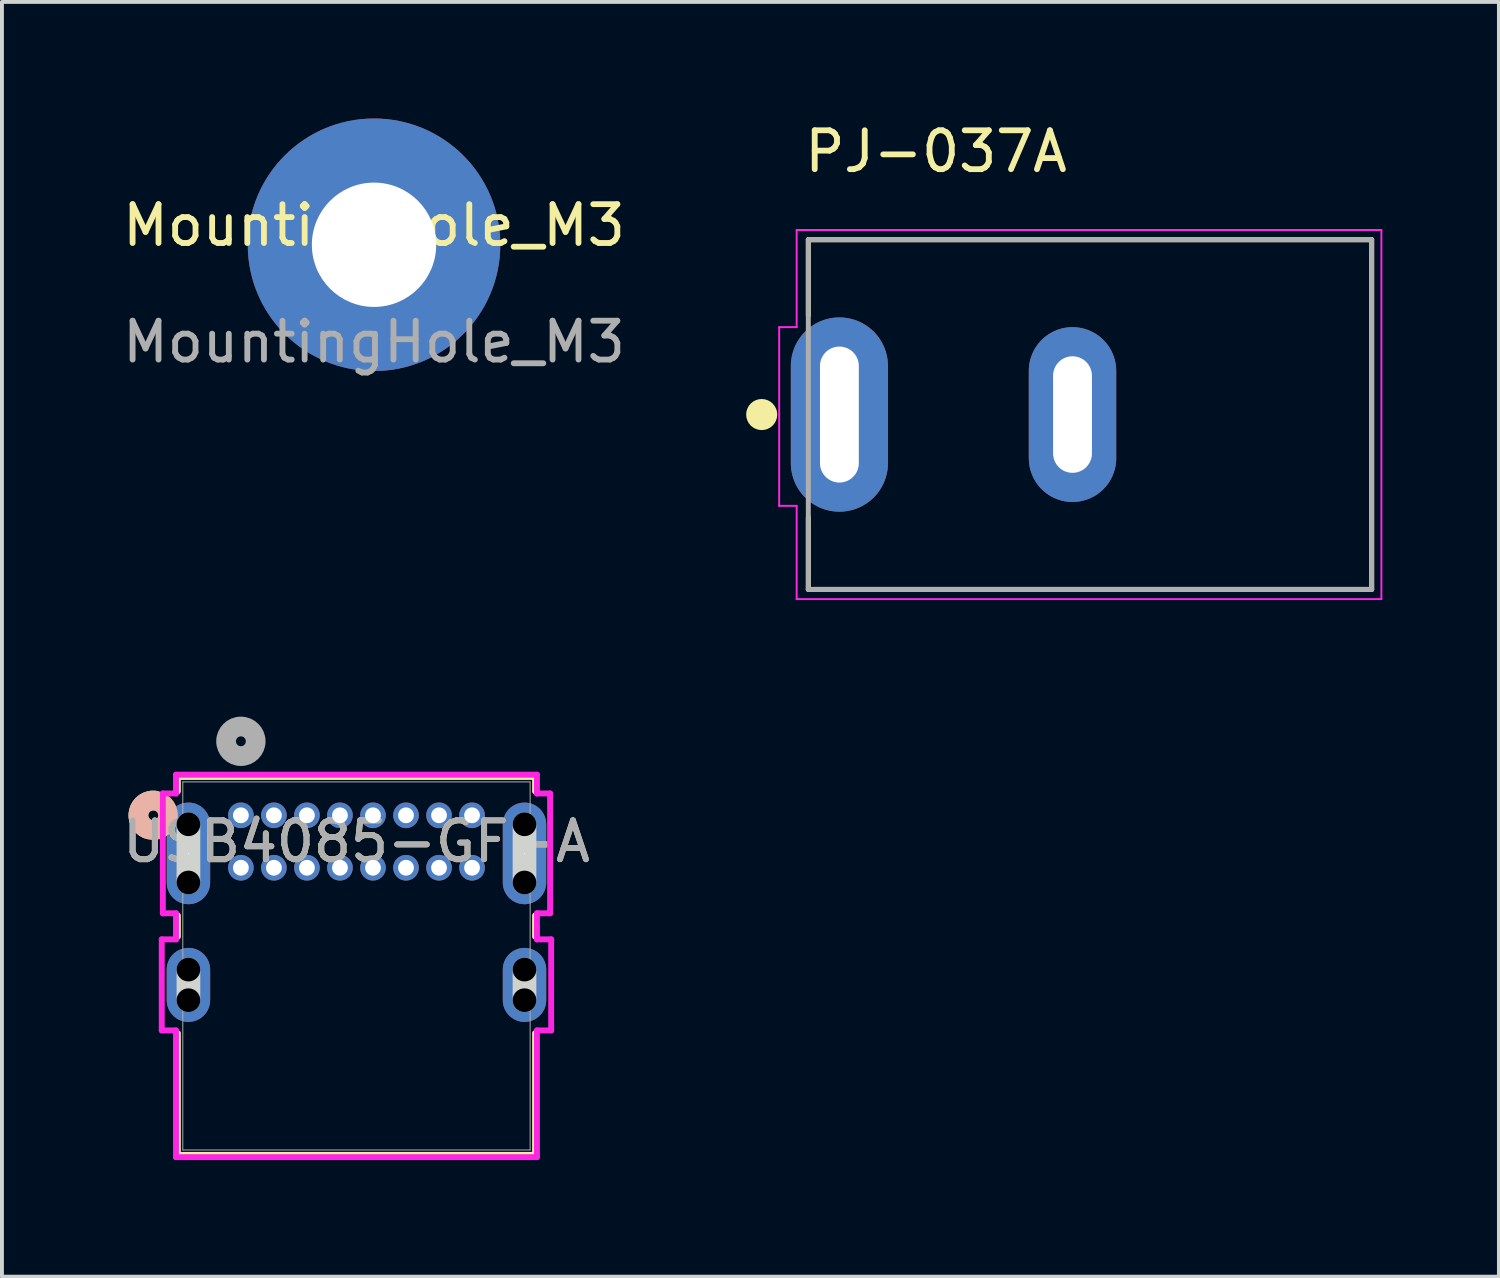
<source format=kicad_pcb>
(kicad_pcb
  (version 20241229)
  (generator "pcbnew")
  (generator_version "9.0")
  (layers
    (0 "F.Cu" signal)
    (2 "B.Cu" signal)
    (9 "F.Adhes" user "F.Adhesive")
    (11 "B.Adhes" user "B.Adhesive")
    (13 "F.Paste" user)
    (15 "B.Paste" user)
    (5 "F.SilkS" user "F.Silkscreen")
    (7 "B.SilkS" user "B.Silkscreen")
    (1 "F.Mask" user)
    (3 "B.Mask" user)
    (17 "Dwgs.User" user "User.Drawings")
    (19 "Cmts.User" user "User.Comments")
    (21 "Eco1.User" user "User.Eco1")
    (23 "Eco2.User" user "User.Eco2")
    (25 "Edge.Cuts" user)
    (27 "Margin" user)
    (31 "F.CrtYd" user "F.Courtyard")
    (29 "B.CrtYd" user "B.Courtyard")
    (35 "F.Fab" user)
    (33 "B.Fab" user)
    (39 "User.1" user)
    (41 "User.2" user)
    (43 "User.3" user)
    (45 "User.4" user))
  (footprint "PJ-037A"
    (layer "F.Cu")
    (at 18.555 7.62)
    (property "Reference" "PJ-037A" (at 2.487 -6.771 0) (layer "F.SilkS") (effects (font (size 1.001 1.001) (thickness 0.15))))
    (attr through_hole)
    (fp_line (start -0.8 -4.5) (end 13.7 -4.5) (stroke (width 0.127) (type solid)) (layer "F.SilkS"))
    (fp_line (start -0.8 -2.55) (end -0.8 -4.5) (stroke (width 0.127) (type solid)) (layer "F.SilkS"))
    (fp_line (start -0.8 4.5) (end -0.8 2.65) (stroke (width 0.127) (type solid)) (layer "F.SilkS"))
    (fp_line (start 13.7 -4.5) (end 13.7 4.5) (stroke (width 0.127) (type solid)) (layer "F.SilkS"))
    (fp_line (start 13.7 4.5) (end -0.8 4.5) (stroke (width 0.127) (type solid)) (layer "F.SilkS"))
    (fp_circle (center -2 0) (end -1.8 0) (stroke (width 0.4) (type solid)) (fill no) (layer "F.SilkS"))
    (fp_line (start -1.55 -2.25) (end -1.55 2.35) (stroke (width 0.05) (type solid)) (layer "F.CrtYd"))
    (fp_line (start -1.55 2.35) (end -1.1 2.35) (stroke (width 0.05) (type solid)) (layer "F.CrtYd"))
    (fp_line (start -1.1 -4.75) (end 13.95 -4.75) (stroke (width 0.05) (type solid)) (layer "F.CrtYd"))
    (fp_line (start -1.1 -2.25) (end -1.55 -2.25) (stroke (width 0.05) (type solid)) (layer "F.CrtYd"))
    (fp_line (start -1.1 -2.25) (end -1.1 -4.75) (stroke (width 0.05) (type solid)) (layer "F.CrtYd"))
    (fp_line (start -1.1 4.75) (end -1.1 2.35) (stroke (width 0.05) (type solid)) (layer "F.CrtYd"))
    (fp_line (start 13.95 -4.75) (end 13.95 4.75) (stroke (width 0.05) (type solid)) (layer "F.CrtYd"))
    (fp_line (start 13.95 4.75) (end -1.1 4.75) (stroke (width 0.05) (type solid)) (layer "F.CrtYd"))
    (fp_line (start -0.8 -4.5) (end 13.7 -4.5) (stroke (width 0.127) (type solid)) (layer "F.Fab"))
    (fp_line (start -0.8 4.5) (end -0.8 -4.5) (stroke (width 0.127) (type solid)) (layer "F.Fab"))
    (fp_line (start 13.7 -4.5) (end 13.7 4.5) (stroke (width 0.127) (type solid)) (layer "F.Fab"))
    (fp_line (start 13.7 4.5) (end -0.8 4.5) (stroke (width 0.127) (type solid)) (layer "F.Fab"))
    (pad "1" thru_hole oval (at 0 0) (size 2.5 5) (drill oval 1 3.5) (layers "*.Cu" "*.Mask"))
    (pad "2" thru_hole oval (at 6 0) (size 2.25 4.5) (drill oval 1 3) (layers "*.Cu" "*.Mask")))
  (footprint "MountingHole_M3"
    (layer "F.Cu")
    (at 6.577 3.25)
    (property "Reference" "MountingHole_M3" (at 0 -0.5 0) (unlocked yes) (layer "F.SilkS") (effects (font (size 1 1) (thickness 0.15))))
    (fp_text user "${REFERENCE}" (at 0 2.5 0) (unlocked yes) (layer "F.Fab") (effects (font (size 1 1) (thickness 0.15))))
    (pad "1" thru_hole circle (at 0 0) (size 6.5 6.5) (drill 3.2) (layers "*.Cu" "*.Mask")))
  (footprint "USB4085-GF-A"
    (layer "F.Cu")
    (at 3.15 17.935)
    (property "Reference" "USB4085-GF-A" (at 2.975 0.675 0) (unlocked yes) (layer "F.SilkS") (effects (font (size 1 1) (thickness 0.15))))
    (attr through_hole)
    (fp_line (start -1.622 -0.987) (end -1.622 -0.618) (stroke (width 0.152) (type solid)) (layer "F.SilkS"))
    (fp_line (start -1.622 2.578) (end -1.622 3.122) (stroke (width 0.152) (type solid)) (layer "F.SilkS"))
    (fp_line (start -1.622 5.608) (end -1.622 8.741) (stroke (width 0.152) (type solid)) (layer "F.SilkS"))
    (fp_line (start -1.622 8.741) (end 7.572 8.741) (stroke (width 0.152) (type solid)) (layer "F.SilkS"))
    (fp_line (start 7.572 -0.987) (end -1.622 -0.987) (stroke (width 0.152) (type solid)) (layer "F.SilkS"))
    (fp_line (start 7.572 -0.618) (end 7.572 -0.987) (stroke (width 0.152) (type solid)) (layer "F.SilkS"))
    (fp_line (start 7.572 3.122) (end 7.572 2.578) (stroke (width 0.152) (type solid)) (layer "F.SilkS"))
    (fp_line (start 7.572 8.741) (end 7.572 5.608) (stroke (width 0.152) (type solid)) (layer "F.SilkS"))
    (fp_arc (start -2.41934 0.344872) (mid -2.625765 -0.097305) (end -2.2279 -0.379856) (stroke (width 0.508) (type solid)) (layer "F.SilkS"))
    (fp_circle (center -2.257 0) (end -1.876 0) (stroke (width 0.508) (type solid)) (fill no) (layer "B.SilkS"))
    (fp_line (start -1.35 1.729) (end -1.35 0.231) (stroke (width 0.61) (type solid)) (layer "Edge.Cuts"))
    (fp_line (start -1.35 4.759) (end -1.35 3.971) (stroke (width 0.61) (type solid)) (layer "Edge.Cuts"))
    (fp_line (start 7.3 1.729) (end 7.3 0.231) (stroke (width 0.61) (type solid)) (layer "Edge.Cuts"))
    (fp_line (start 7.3 4.759) (end 7.3 3.971) (stroke (width 0.61) (type solid)) (layer "Edge.Cuts"))
    (fp_line (start -2.037 3.193) (end -2.037 5.537) (stroke (width 0.152) (type solid)) (layer "F.CrtYd"))
    (fp_line (start -2.037 5.537) (end -1.67 5.537) (stroke (width 0.152) (type solid)) (layer "F.CrtYd"))
    (fp_line (start -2.009 -0.562) (end -2.009 2.522) (stroke (width 0.152) (type solid)) (layer "F.CrtYd"))
    (fp_line (start -2.009 2.522) (end -1.67 2.522) (stroke (width 0.152) (type solid)) (layer "F.CrtYd"))
    (fp_line (start -1.67 2.522) (end -1.67 3.193) (stroke (width 0.152) (type solid)) (layer "F.CrtYd"))
    (fp_line (start -1.67 3.193) (end -2.037 3.193) (stroke (width 0.152) (type solid)) (layer "F.CrtYd"))
    (fp_line (start -1.67 5.537) (end -1.67 8.799) (stroke (width 0.152) (type solid)) (layer "F.CrtYd"))
    (fp_line (start -1.67 8.799) (end 7.62 8.799) (stroke (width 0.152) (type solid)) (layer "F.CrtYd"))
    (fp_line (start -1.67 -1.045) (end -1.67 -0.562) (stroke (width 0.152) (type solid)) (layer "F.CrtYd"))
    (fp_line (start -1.67 -0.562) (end -2.009 -0.562) (stroke (width 0.152) (type solid)) (layer "F.CrtYd"))
    (fp_line (start 7.62 5.537) (end 7.987 5.537) (stroke (width 0.152) (type solid)) (layer "F.CrtYd"))
    (fp_line (start 7.62 8.799) (end 7.62 5.537) (stroke (width 0.152) (type solid)) (layer "F.CrtYd"))
    (fp_line (start 7.62 -0.562) (end 7.62 -1.045) (stroke (width 0.152) (type solid)) (layer "F.CrtYd"))
    (fp_line (start 7.62 2.522) (end 7.959 2.522) (stroke (width 0.152) (type solid)) (layer "F.CrtYd"))
    (fp_line (start 7.62 3.193) (end 7.62 2.522) (stroke (width 0.152) (type solid)) (layer "F.CrtYd"))
    (fp_line (start 7.62 -1.045) (end -1.67 -1.045) (stroke (width 0.152) (type solid)) (layer "F.CrtYd"))
    (fp_line (start 7.959 -0.562) (end 7.62 -0.562) (stroke (width 0.152) (type solid)) (layer "F.CrtYd"))
    (fp_line (start 7.959 2.522) (end 7.959 -0.562) (stroke (width 0.152) (type solid)) (layer "F.CrtYd"))
    (fp_line (start 7.987 3.193) (end 7.62 3.193) (stroke (width 0.152) (type solid)) (layer "F.CrtYd"))
    (fp_line (start 7.987 5.537) (end 7.987 3.193) (stroke (width 0.152) (type solid)) (layer "F.CrtYd"))
    (fp_line (start -1.495 -0.86) (end -1.495 8.614) (stroke (width 0.025) (type solid)) (layer "F.Fab"))
    (fp_line (start -1.495 8.614) (end 7.445 8.614) (stroke (width 0.025) (type solid)) (layer "F.Fab"))
    (fp_line (start 7.445 -0.86) (end -1.495 -0.86) (stroke (width 0.025) (type solid)) (layer "F.Fab"))
    (fp_line (start 7.445 8.614) (end 7.445 -0.86) (stroke (width 0.025) (type solid)) (layer "F.Fab"))
    (fp_circle (center 0 -1.905) (end 0.381 -1.905) (stroke (width 0.508) (type solid)) (fill no) (layer "F.Fab"))
    (fp_text user "${REFERENCE}" (at 2.975 0.675 0) (unlocked yes) (layer "F.Fab") (effects (font (size 1 1) (thickness 0.15))))
    (pad "" np_thru_hole circle (at -1.35 0.231) (size 0.61 0.61) (drill 0.61) (layers))
    (pad "" np_thru_hole circle (at -1.35 1.729) (size 0.61 0.61) (drill 0.61) (layers))
    (pad "" np_thru_hole circle (at -1.35 3.971) (size 0.61 0.61) (drill 0.61) (layers))
    (pad "" np_thru_hole circle (at -1.35 4.759) (size 0.61 0.61) (drill 0.61) (layers))
    (pad "" np_thru_hole circle (at 7.3 0.231) (size 0.61 0.61) (drill 0.61) (layers))
    (pad "" np_thru_hole circle (at 7.3 1.729) (size 0.61 0.61) (drill 0.61) (layers))
    (pad "" np_thru_hole circle (at 7.3 3.971) (size 0.61 0.61) (drill 0.61) (layers))
    (pad "" np_thru_hole circle (at 7.3 4.759) (size 0.61 0.61) (drill 0.61) (layers))
    (pad "1" thru_hole circle (at 0 0) (size 0.66 0.66) (drill 0.406) (layers "*.Cu" "*.Mask"))
    (pad "1" thru_hole circle (at 5.95 1.35) (size 0.66 0.66) (drill 0.406) (layers "*.Cu" "*.Mask"))
    (pad "4" thru_hole circle (at 0.85 0) (size 0.66 0.66) (drill 0.406) (layers "*.Cu" "*.Mask"))
    (pad "4" thru_hole circle (at 5.1 1.35) (size 0.66 0.66) (drill 0.406) (layers "*.Cu" "*.Mask"))
    (pad "6" thru_hole circle (at 2.55 0) (size 0.66 0.66) (drill 0.406) (layers "*.Cu" "*.Mask"))
    (pad "6" thru_hole circle (at 3.4 1.35) (size 0.66 0.66) (drill 0.406) (layers "*.Cu" "*.Mask"))
    (pad "7" thru_hole circle (at 2.55 1.35) (size 0.66 0.66) (drill 0.406) (layers "*.Cu" "*.Mask"))
    (pad "7" thru_hole circle (at 3.4 0) (size 0.66 0.66) (drill 0.406) (layers "*.Cu" "*.Mask"))
    (pad "9" thru_hole circle (at 0.85 1.35) (size 0.66 0.66) (drill 0.406) (layers "*.Cu" "*.Mask"))
    (pad "9" thru_hole circle (at 5.1 0) (size 0.66 0.66) (drill 0.406) (layers "*.Cu" "*.Mask"))
    (pad "12" thru_hole circle (at 0 1.35) (size 0.66 0.66) (drill 0.406) (layers "*.Cu" "*.Mask"))
    (pad "12" thru_hole circle (at 5.95 0) (size 0.66 0.66) (drill 0.406) (layers "*.Cu" "*.Mask"))
    (pad "17" thru_hole oval (at -1.35 0.98 90) (size 2.616 1.118) (drill 0.025) (layers "*.Cu" "*.Mask"))
    (pad "18" thru_hole oval (at 7.3 0.98 90) (size 2.616 1.118) (drill 0.025) (layers "*.Cu" "*.Mask"))
    (pad "19" thru_hole oval (at -1.35 4.365 90) (size 1.905 1.118) (drill 0.025) (layers "*.Cu" "*.Mask"))
    (pad "20" thru_hole oval (at 7.3 4.365 90) (size 1.905 1.118) (drill 0.025) (layers "*.Cu" "*.Mask"))
    (pad "A5" thru_hole circle (at 1.7 0) (size 0.66 0.66) (drill 0.406) (layers "*.Cu" "*.Mask"))
    (pad "A8" thru_hole circle (at 4.25 0) (size 0.66 0.66) (drill 0.406) (layers "*.Cu" "*.Mask"))
    (pad "B5" thru_hole circle (at 4.25 1.35) (size 0.66 0.66) (drill 0.406) (layers "*.Cu" "*.Mask"))
    (pad "B8" thru_hole circle (at 1.7 1.35) (size 0.66 0.66) (drill 0.406) (layers "*.Cu" "*.Mask")))
  (gr_rect
    (start -3 -3)
    (end 35.53 29.81)
    (stroke (width 0.1) (type default))
    (fill no)
    (layer "Edge.Cuts")))
</source>
